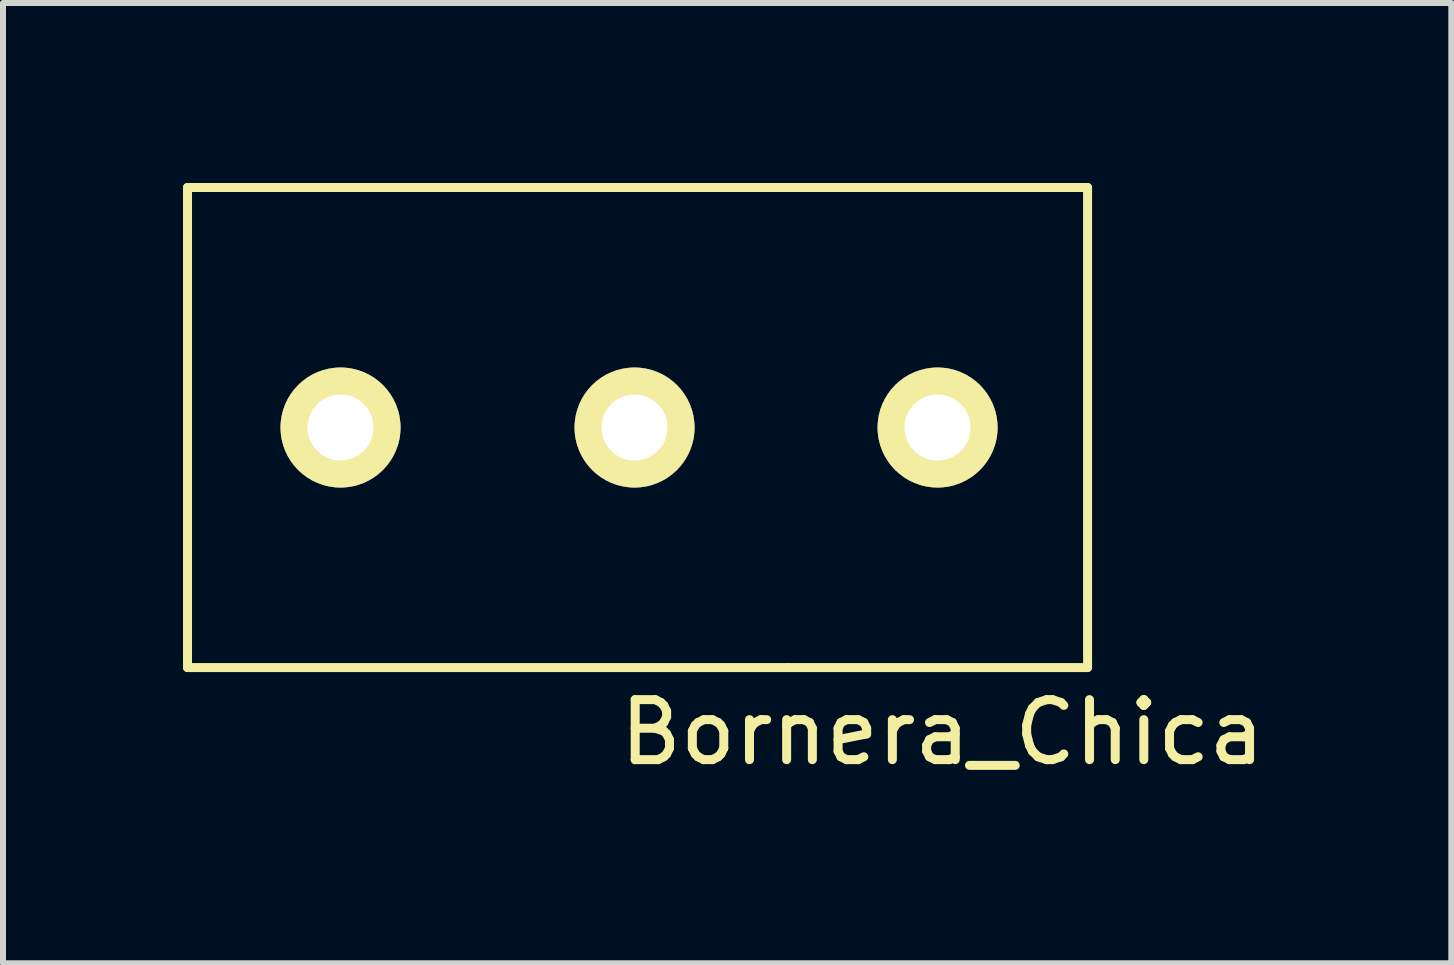
<source format=kicad_pcb>
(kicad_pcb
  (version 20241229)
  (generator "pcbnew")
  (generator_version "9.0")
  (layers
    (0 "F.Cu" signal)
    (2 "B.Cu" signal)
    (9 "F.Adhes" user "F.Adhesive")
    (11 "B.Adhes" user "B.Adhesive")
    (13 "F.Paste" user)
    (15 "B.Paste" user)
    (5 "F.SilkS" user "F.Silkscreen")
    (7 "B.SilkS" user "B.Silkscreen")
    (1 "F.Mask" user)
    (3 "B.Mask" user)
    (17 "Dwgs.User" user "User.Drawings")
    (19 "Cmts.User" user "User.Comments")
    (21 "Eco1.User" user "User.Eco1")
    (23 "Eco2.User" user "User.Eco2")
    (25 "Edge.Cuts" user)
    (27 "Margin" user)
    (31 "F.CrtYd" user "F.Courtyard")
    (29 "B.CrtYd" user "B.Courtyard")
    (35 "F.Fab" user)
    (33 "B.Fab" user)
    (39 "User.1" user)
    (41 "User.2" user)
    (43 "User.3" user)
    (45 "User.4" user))
  (footprint "Bornera_Chica"
    (layer "F.Cu")
    (at 7.575 4.075)
    (property "Reference" "Bornera_Chica" (at 5.08 5.08 0) (layer "F.SilkS") (effects (font (size 1 1) (thickness 0.15))))
    (attr through_hole)
    (fp_line (start -7.5 -4) (end -2.5 -4) (stroke (width 0.15) (type solid)) (layer "F.SilkS"))
    (fp_line (start -7.5 4) (end -7.5 -4) (stroke (width 0.15) (type solid)) (layer "F.SilkS"))
    (fp_line (start -2.5 -4) (end 2.5 -4) (stroke (width 0.15) (type solid)) (layer "F.SilkS"))
    (fp_line (start 2.5 -4) (end 7.5 -4) (stroke (width 0.15) (type solid)) (layer "F.SilkS"))
    (fp_line (start 2.5 4) (end -7.5 4) (stroke (width 0.15) (type solid)) (layer "F.SilkS"))
    (fp_line (start 7.5 -4) (end 7.5 4) (stroke (width 0.15) (type solid)) (layer "F.SilkS"))
    (fp_line (start 7.5 4) (end 2.5 4) (stroke (width 0.15) (type solid)) (layer "F.SilkS"))
    (pad "1" thru_hole circle (at -4.95 0) (size 2 2) (drill 1.1) (layers "*.Mask" "B.Cu" "F.SilkS"))
    (pad "2" thru_hole circle (at -0.05 0) (size 2 2) (drill 1.1) (layers "*.Mask" "B.Cu" "F.SilkS"))
    (pad "3" thru_hole circle (at 5 0) (size 2 2) (drill 1.1) (layers "*.Mask" "B.Cu" "F.SilkS")))
  (gr_rect
    (start -3 -3)
    (end 21.137 13.003)
    (stroke (width 0.1) (type default))
    (fill no)
    (layer "Edge.Cuts")))
</source>
